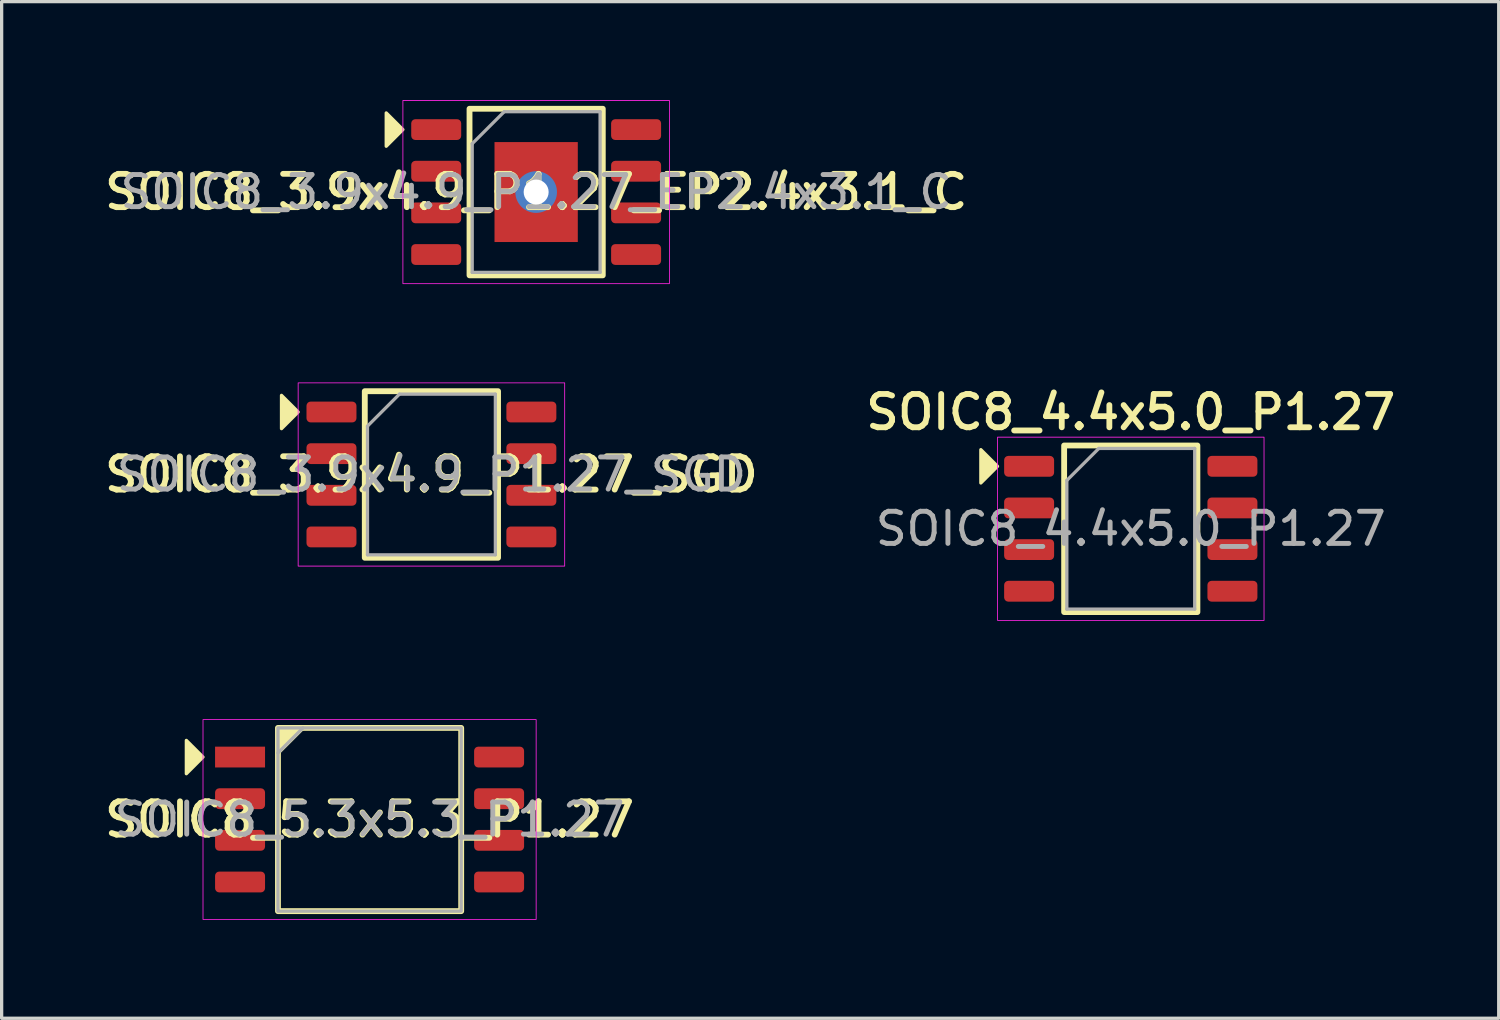
<source format=kicad_pcb>
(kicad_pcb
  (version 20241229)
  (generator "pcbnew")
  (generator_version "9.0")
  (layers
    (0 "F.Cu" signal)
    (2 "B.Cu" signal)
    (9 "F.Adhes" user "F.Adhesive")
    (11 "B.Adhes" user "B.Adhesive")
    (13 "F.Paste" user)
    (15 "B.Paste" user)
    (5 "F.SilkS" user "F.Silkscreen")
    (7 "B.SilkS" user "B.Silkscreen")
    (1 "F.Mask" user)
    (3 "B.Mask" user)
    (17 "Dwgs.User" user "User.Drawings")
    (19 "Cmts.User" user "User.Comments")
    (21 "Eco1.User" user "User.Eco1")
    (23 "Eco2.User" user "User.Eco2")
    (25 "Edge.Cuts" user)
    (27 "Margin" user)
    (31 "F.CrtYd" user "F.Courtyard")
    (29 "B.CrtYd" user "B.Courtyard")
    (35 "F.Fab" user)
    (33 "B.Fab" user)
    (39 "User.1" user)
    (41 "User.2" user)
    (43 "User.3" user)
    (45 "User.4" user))
  (footprint "SOIC8_5.3x5.3_P1.27"
    (layer "F.Cu")
    (at 8.221 21.943)
    (property "Reference" "SOIC8_5.3x5.3_P1.27" (at 0 0 0) (layer "F.SilkS") (effects (font (size 1.016 1.016) (thickness 0.178))))
    (attr smd)
    (fp_rect (start -2.794 -2.794) (end 2.794 2.794) (stroke (width 0.178) (type solid)) (fill no) (layer "F.SilkS"))
    (fp_poly (pts (xy -5.08 -1.905) (xy -5.588 -1.397) (xy -5.588 -2.413)) (stroke (width 0.1) (type solid)) (fill yes) (layer "F.SilkS"))
    (fp_poly (pts (xy -2.794 -2.032) (xy -2.794 -2.794) (xy -2.032 -2.794)) (stroke (width 0.12) (type solid)) (fill yes) (layer "F.SilkS"))
    (fp_rect (start -5.08 -3.048) (end 5.08 3.048) (stroke (width 0.025) (type solid)) (fill no) (layer "F.CrtYd"))
    (fp_line (start -2.794 -2.032) (end -2.032 -2.794) (stroke (width 0.1) (type solid)) (layer "F.Fab"))
    (fp_rect (start -2.794 -2.794) (end 2.794 2.794) (stroke (width 0.1) (type solid)) (fill no) (layer "F.Fab"))
    (fp_text user "${REFERENCE}" (at 0 0 0) (layer "F.Fab") (effects (font (size 0.98 0.98) (thickness 0.15))))
    (pad "1" smd rect (at -3.95 -1.905) (size 1.524 0.635) (layers "F.Cu" "F.Mask" "F.Paste"))
    (pad "2" smd roundrect (at -3.95 -0.635) (size 1.524 0.635) (layers "F.Cu" "F.Mask" "F.Paste") (roundrect_rratio 0.2))
    (pad "3" smd roundrect (at -3.95 0.635) (size 1.524 0.635) (layers "F.Cu" "F.Mask" "F.Paste") (roundrect_rratio 0.2))
    (pad "4" smd roundrect (at -3.95 1.905) (size 1.524 0.635) (layers "F.Cu" "F.Mask" "F.Paste") (roundrect_rratio 0.2))
    (pad "5" smd roundrect (at 3.95 1.905) (size 1.524 0.635) (layers "F.Cu" "F.Mask" "F.Paste") (roundrect_rratio 0.2))
    (pad "6" smd roundrect (at 3.95 0.635) (size 1.524 0.635) (layers "F.Cu" "F.Mask" "F.Paste") (roundrect_rratio 0.2))
    (pad "7" smd roundrect (at 3.95 -0.635) (size 1.524 0.635) (layers "F.Cu" "F.Mask" "F.Paste") (roundrect_rratio 0.2))
    (pad "8" smd roundrect (at 3.95 -1.905) (size 1.524 0.635) (layers "F.Cu" "F.Mask" "F.Paste") (roundrect_rratio 0.2)))
  (footprint "SOIC8_4.4x5.0_P1.27"
    (layer "F.Cu")
    (at 31.435 13.076)
    (property "Reference" "SOIC8_4.4x5.0_P1.27" (at 0 -3.556 0) (layer "F.SilkS") (effects (font (size 1.016 1.016) (thickness 0.178))))
    (attr smd)
    (fp_rect (start -2.032 -2.54) (end 2.032 2.54) (stroke (width 0.178) (type solid)) (fill no) (layer "F.SilkS"))
    (fp_poly (pts (xy -4.064 -1.905) (xy -4.572 -1.397) (xy -4.572 -2.413)) (stroke (width 0.1) (type solid)) (fill yes) (layer "F.SilkS"))
    (fp_rect (start -4.064 -2.794) (end 4.064 2.794) (stroke (width 0.025) (type solid)) (fill no) (layer "F.CrtYd"))
    (fp_line (start -1.95 -1.475) (end -0.975 -2.45) (stroke (width 0.1) (type solid)) (layer "F.Fab"))
    (fp_line (start -1.95 2.45) (end -1.95 -1.475) (stroke (width 0.1) (type solid)) (layer "F.Fab"))
    (fp_line (start -0.975 -2.45) (end 1.95 -2.45) (stroke (width 0.1) (type solid)) (layer "F.Fab"))
    (fp_line (start 1.95 -2.45) (end 1.95 2.45) (stroke (width 0.1) (type solid)) (layer "F.Fab"))
    (fp_line (start 1.95 2.45) (end -1.95 2.45) (stroke (width 0.1) (type solid)) (layer "F.Fab"))
    (fp_text user "${REFERENCE}" (at 0 0 0) (layer "F.Fab") (effects (font (size 0.98 0.98) (thickness 0.15))))
    (pad "1" smd roundrect (at -3.1 -1.905) (size 1.524 0.635) (layers "F.Cu" "F.Mask" "F.Paste") (roundrect_rratio 0.2))
    (pad "2" smd roundrect (at -3.1 -0.635) (size 1.524 0.635) (layers "F.Cu" "F.Mask" "F.Paste") (roundrect_rratio 0.2))
    (pad "3" smd roundrect (at -3.1 0.635) (size 1.524 0.635) (layers "F.Cu" "F.Mask" "F.Paste") (roundrect_rratio 0.2))
    (pad "4" smd roundrect (at -3.1 1.905) (size 1.524 0.635) (layers "F.Cu" "F.Mask" "F.Paste") (roundrect_rratio 0.2))
    (pad "5" smd roundrect (at 3.1 1.905) (size 1.524 0.635) (layers "F.Cu" "F.Mask" "F.Paste") (roundrect_rratio 0.2))
    (pad "6" smd roundrect (at 3.1 0.635) (size 1.524 0.635) (layers "F.Cu" "F.Mask" "F.Paste") (roundrect_rratio 0.2))
    (pad "7" smd roundrect (at 3.1 -0.635) (size 1.524 0.635) (layers "F.Cu" "F.Mask" "F.Paste") (roundrect_rratio 0.2))
    (pad "8" smd roundrect (at 3.1 -1.905) (size 1.524 0.635) (layers "F.Cu" "F.Mask" "F.Paste") (roundrect_rratio 0.2)))
  (footprint "SOIC8_3.9x4.9_P1.27_SGD"
    (layer "F.Cu")
    (at 10.107 11.42)
    (property "Reference" "SOIC8_3.9x4.9_P1.27_SGD" (at 0 0 0) (layer "F.SilkS") (effects (font (size 1.016 1.016) (thickness 0.178))))
    (attr smd)
    (fp_rect (start -2.032 -2.54) (end 2.032 2.54) (stroke (width 0.178) (type solid)) (fill no) (layer "F.SilkS"))
    (fp_poly (pts (xy -4.064 -1.905) (xy -4.572 -1.397) (xy -4.572 -2.413)) (stroke (width 0.1) (type solid)) (fill yes) (layer "F.SilkS"))
    (fp_rect (start -4.064 -2.794) (end 4.064 2.794) (stroke (width 0.025) (type solid)) (fill no) (layer "F.CrtYd"))
    (fp_line (start -1.95 -1.475) (end -0.975 -2.45) (stroke (width 0.1) (type solid)) (layer "F.Fab"))
    (fp_line (start -1.95 2.45) (end -1.95 -1.475) (stroke (width 0.1) (type solid)) (layer "F.Fab"))
    (fp_line (start -0.975 -2.45) (end 1.95 -2.45) (stroke (width 0.1) (type solid)) (layer "F.Fab"))
    (fp_line (start 1.95 -2.45) (end 1.95 2.45) (stroke (width 0.1) (type solid)) (layer "F.Fab"))
    (fp_line (start 1.95 2.45) (end -1.95 2.45) (stroke (width 0.1) (type solid)) (layer "F.Fab"))
    (fp_text user "${REFERENCE}" (at 0 0 0) (layer "F.Fab") (effects (font (size 0.98 0.98) (thickness 0.15))))
    (pad "D1" smd roundrect (at 3.048 -1.905) (size 1.524 0.635) (layers "F.Cu" "F.Mask" "F.Paste") (roundrect_rratio 0.2))
    (pad "D1" smd roundrect (at 3.048 -0.635) (size 1.524 0.635) (layers "F.Cu" "F.Mask" "F.Paste") (roundrect_rratio 0.2))
    (pad "D2" smd roundrect (at 3.048 0.635) (size 1.524 0.635) (layers "F.Cu" "F.Mask" "F.Paste") (roundrect_rratio 0.2))
    (pad "D2" smd roundrect (at 3.048 1.905) (size 1.524 0.635) (layers "F.Cu" "F.Mask" "F.Paste") (roundrect_rratio 0.2))
    (pad "G1" smd roundrect (at -3.048 -0.635) (size 1.524 0.635) (layers "F.Cu" "F.Mask" "F.Paste") (roundrect_rratio 0.2))
    (pad "G2" smd roundrect (at -3.048 1.905) (size 1.524 0.635) (layers "F.Cu" "F.Mask" "F.Paste") (roundrect_rratio 0.2))
    (pad "S1" smd roundrect (at -3.048 -1.905) (size 1.524 0.635) (layers "F.Cu" "F.Mask" "F.Paste") (roundrect_rratio 0.2))
    (pad "S2" smd roundrect (at -3.048 0.635) (size 1.524 0.635) (layers "F.Cu" "F.Mask" "F.Paste") (roundrect_rratio 0.2)))
  (footprint "SOIC8_3.9x4.9_P1.27_EP2.4x3.1_C"
    (layer "F.Cu")
    (at 13.301 2.807)
    (property "Reference" "SOIC8_3.9x4.9_P1.27_EP2.4x3.1_C" (at 0 0 0) (layer "F.SilkS") (effects (font (size 1.016 1.016) (thickness 0.178))))
    (attr smd)
    (fp_rect (start -2.032 -2.54) (end 2.032 2.54) (stroke (width 0.178) (type solid)) (fill no) (layer "F.SilkS"))
    (fp_poly (pts (xy -4.064 -1.905) (xy -4.572 -1.397) (xy -4.572 -2.413)) (stroke (width 0.1) (type solid)) (fill yes) (layer "F.SilkS"))
    (fp_rect (start -4.064 -2.794) (end 4.064 2.794) (stroke (width 0.025) (type solid)) (fill no) (layer "F.CrtYd"))
    (fp_line (start -1.95 -1.475) (end -0.975 -2.45) (stroke (width 0.1) (type solid)) (layer "F.Fab"))
    (fp_line (start -1.95 2.45) (end -1.95 -1.475) (stroke (width 0.1) (type solid)) (layer "F.Fab"))
    (fp_line (start -0.975 -2.45) (end 1.95 -2.45) (stroke (width 0.1) (type solid)) (layer "F.Fab"))
    (fp_line (start 1.95 -2.45) (end 1.95 2.45) (stroke (width 0.1) (type solid)) (layer "F.Fab"))
    (fp_line (start 1.95 2.45) (end -1.95 2.45) (stroke (width 0.1) (type solid)) (layer "F.Fab"))
    (fp_text user "${REFERENCE}" (at 0 0 0) (layer "F.Fab") (effects (font (size 0.98 0.98) (thickness 0.15))))
    (pad "1" smd roundrect (at -3.048 -1.905) (size 1.524 0.635) (layers "F.Cu" "F.Mask" "F.Paste") (roundrect_rratio 0.2))
    (pad "2" smd roundrect (at -3.048 -0.635) (size 1.524 0.635) (layers "F.Cu" "F.Mask" "F.Paste") (roundrect_rratio 0.2))
    (pad "3" smd roundrect (at -3.048 0.635) (size 1.524 0.635) (layers "F.Cu" "F.Mask" "F.Paste") (roundrect_rratio 0.2))
    (pad "4" smd roundrect (at -3.048 1.905) (size 1.524 0.635) (layers "F.Cu" "F.Mask" "F.Paste") (roundrect_rratio 0.2))
    (pad "5" smd roundrect (at 3.048 1.905) (size 1.524 0.635) (layers "F.Cu" "F.Mask" "F.Paste") (roundrect_rratio 0.2))
    (pad "6" smd roundrect (at 3.048 0.635) (size 1.524 0.635) (layers "F.Cu" "F.Mask" "F.Paste") (roundrect_rratio 0.2))
    (pad "7" smd roundrect (at 3.048 -0.635) (size 1.524 0.635) (layers "F.Cu" "F.Mask" "F.Paste") (roundrect_rratio 0.2))
    (pad "8" smd roundrect (at 3.048 -1.905) (size 1.524 0.635) (layers "F.Cu" "F.Mask" "F.Paste") (roundrect_rratio 0.2))
    (pad "9" smd rect (at 0 0) (size 0.508 0.762) (layers "B.Cu" "B.Mask"))
    (pad "9" thru_hole circle (at 0 0) (size 1.27 1.27) (drill 0.762) (layers "*.Cu" "*.Mask"))
    (pad "9" smd rect (at 0 0) (size 2.54 3.048) (layers "F.Cu" "F.Mask" "F.Paste")))
  (gr_rect
    (start -3 -3)
    (end 42.656 28.004)
    (stroke (width 0.1) (type default))
    (fill no)
    (layer "Edge.Cuts")))
</source>
